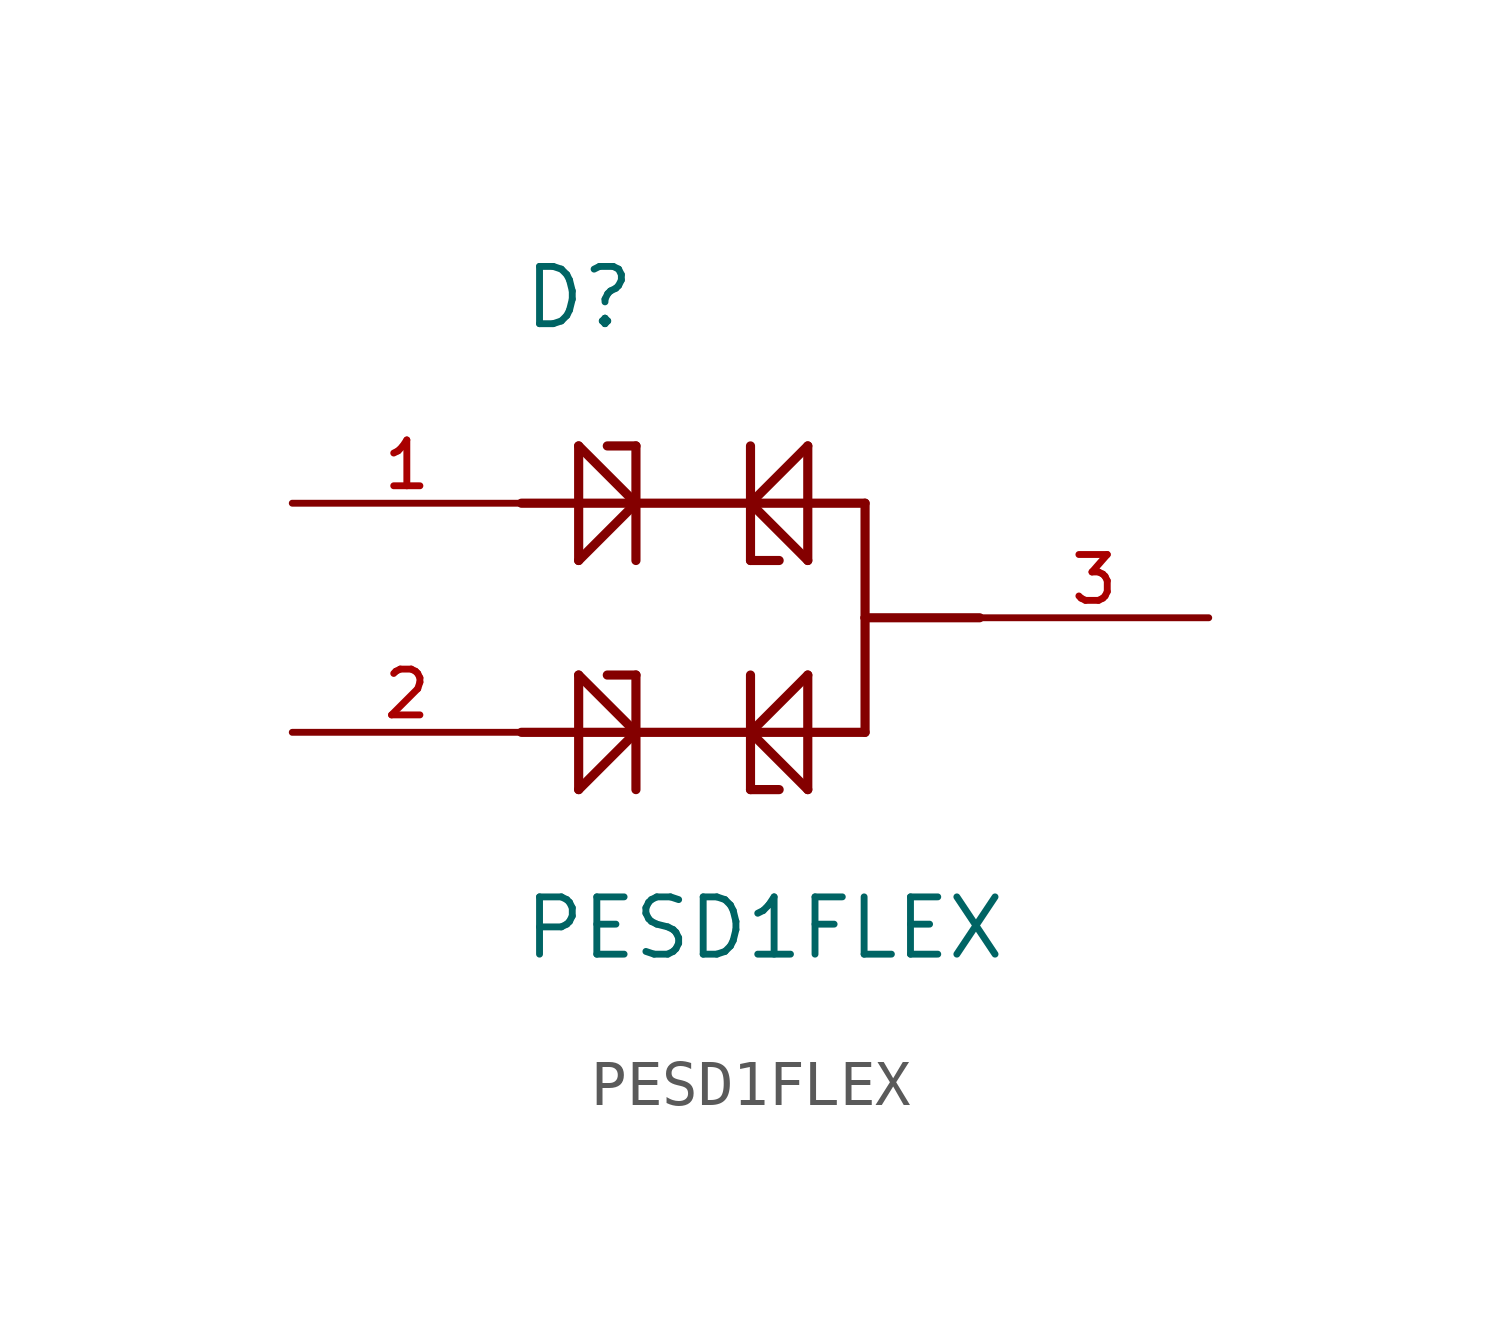
<source format=kicad_sym>
(kicad_symbol_lib
  (version 20241209)
  (generator "kicad_symbol_editor")
  (generator_version "9.0")
  (symbol "PESD1FLEX"
    (pin_names
      (offset 1.016))
    (property "Reference" "D"
      (at 0 11.437 0)
      (effects (font (size 1.27 1.27)) (justify left bottom)))
    (property "Value" "PESD1FLEX"
      (at 0 -2.542 0)
      (effects (font (size 1.27 1.27)) (justify left bottom)))
    (symbol "PESD1FLEX_0_0"
      (polyline (pts (xy 0 7.62) (xy 1.27 7.62)) (stroke (width 0.203) (type default)) (fill (type none)))
      (polyline (pts (xy 0 2.54) (xy 1.27 2.54)) (stroke (width 0.203) (type default)) (fill (type none)))
      (polyline (pts (xy 1.27 8.89) (xy 2.54 7.62)) (stroke (width 0.203) (type default)) (fill (type none)))
      (polyline (pts (xy 1.27 7.62) (xy 6.35 7.62)) (stroke (width 0.203) (type default)) (fill (type none)))
      (polyline (pts (xy 1.27 6.35) (xy 1.27 8.89)) (stroke (width 0.203) (type default)) (fill (type none)))
      (polyline (pts (xy 1.27 3.81) (xy 2.54 2.54)) (stroke (width 0.203) (type default)) (fill (type none)))
      (polyline (pts (xy 1.27 2.54) (xy 6.35 2.54)) (stroke (width 0.203) (type default)) (fill (type none)))
      (polyline (pts (xy 1.27 1.27) (xy 1.27 3.81)) (stroke (width 0.203) (type default)) (fill (type none)))
      (polyline (pts (xy 2.54 8.89) (xy 1.905 8.89)) (stroke (width 0.203) (type default)) (fill (type none)))
      (polyline (pts (xy 2.54 7.62) (xy 1.27 6.35)) (stroke (width 0.203) (type default)) (fill (type none)))
      (polyline (pts (xy 2.54 7.62) (xy 2.54 8.89)) (stroke (width 0.203) (type default)) (fill (type none)))
      (polyline (pts (xy 2.54 6.35) (xy 2.54 7.62)) (stroke (width 0.203) (type default)) (fill (type none)))
      (polyline (pts (xy 2.54 3.81) (xy 1.905 3.81)) (stroke (width 0.203) (type default)) (fill (type none)))
      (polyline (pts (xy 2.54 2.54) (xy 1.27 1.27)) (stroke (width 0.203) (type default)) (fill (type none)))
      (polyline (pts (xy 2.54 2.54) (xy 2.54 3.81)) (stroke (width 0.203) (type default)) (fill (type none)))
      (polyline (pts (xy 2.54 1.27) (xy 2.54 2.54)) (stroke (width 0.203) (type default)) (fill (type none)))
      (polyline (pts (xy 5.08 8.89) (xy 5.08 7.62)) (stroke (width 0.203) (type default)) (fill (type none)))
      (polyline (pts (xy 5.08 7.62) (xy 5.08 6.35)) (stroke (width 0.203) (type default)) (fill (type none)))
      (polyline (pts (xy 5.08 7.62) (xy 6.35 6.35)) (stroke (width 0.203) (type default)) (fill (type none)))
      (polyline (pts (xy 5.08 6.35) (xy 5.715 6.35)) (stroke (width 0.203) (type default)) (fill (type none)))
      (polyline (pts (xy 5.08 3.81) (xy 5.08 2.54)) (stroke (width 0.203) (type default)) (fill (type none)))
      (polyline (pts (xy 5.08 2.54) (xy 5.08 1.27)) (stroke (width 0.203) (type default)) (fill (type none)))
      (polyline (pts (xy 5.08 2.54) (xy 6.35 1.27)) (stroke (width 0.203) (type default)) (fill (type none)))
      (polyline (pts (xy 5.08 1.27) (xy 5.715 1.27)) (stroke (width 0.203) (type default)) (fill (type none)))
      (polyline (pts (xy 6.35 8.89) (xy 5.08 7.62)) (stroke (width 0.203) (type default)) (fill (type none)))
      (polyline (pts (xy 6.35 7.62) (xy 7.62 7.62)) (stroke (width 0.203) (type default)) (fill (type none)))
      (polyline (pts (xy 6.35 6.35) (xy 6.35 8.89)) (stroke (width 0.203) (type default)) (fill (type none)))
      (polyline (pts (xy 6.35 3.81) (xy 5.08 2.54)) (stroke (width 0.203) (type default)) (fill (type none)))
      (polyline (pts (xy 6.35 2.54) (xy 7.62 2.54)) (stroke (width 0.203) (type default)) (fill (type none)))
      (polyline (pts (xy 6.35 1.27) (xy 6.35 3.81)) (stroke (width 0.203) (type default)) (fill (type none)))
      (polyline (pts (xy 7.62 7.62) (xy 7.62 5.08)) (stroke (width 0.203) (type default)) (fill (type none)))
      (polyline (pts (xy 7.62 5.08) (xy 7.62 2.54)) (stroke (width 0.203) (type default)) (fill (type none)))
      (polyline (pts (xy 7.62 5.08) (xy 10.16 5.08)) (stroke (width 0.203) (type default)) (fill (type none))))
    (symbol "PESD1FLEX_1_0"
      (pin passive line (at -5.08 7.62 0) (length 5.08) (name "" (effects (font (size 1.016 1.016)))) (number "1" (effects (font (size 1.016 1.016)))))
      (pin passive line (at -5.08 2.54 0) (length 5.08) (name "" (effects (font (size 1.016 1.016)))) (number "2" (effects (font (size 1.016 1.016)))))
      (pin passive line (at 15.24 5.08 180) (length 5.08) (name "" (effects (font (size 1.016 1.016)))) (number "3" (effects (font (size 1.016 1.016))))))))
</source>
